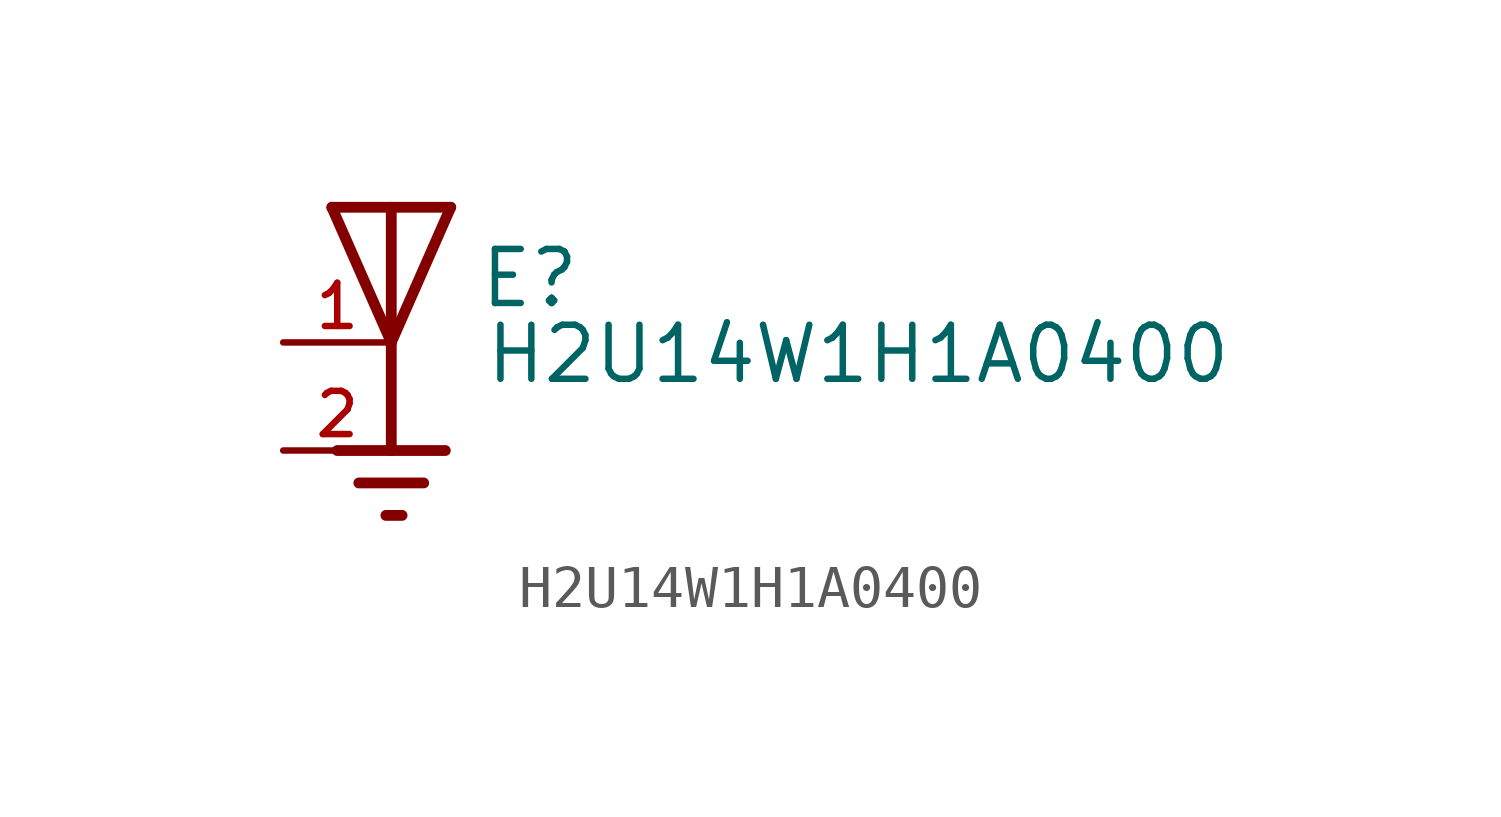
<source format=kicad_sym>
(kicad_symbol_lib
  (version 20211014)
  (generator kicad_symbol_editor)
  (symbol "H2U14W1H1A0400"
    (pin_names
      (offset 1.016))
    (property "Reference" "E"
      (at 2.034 0.763 0)
      (effects (font (size 1.27 1.27)) (justify bottom left)))
    (property "Value" "H2U14W1H1A0400"
      (at 2.163 -1.018 0)
      (effects (font (size 1.27 1.27)) (justify bottom left)))
    (symbol "H2U14W1H1A0400_0_0"
      (polyline (pts (xy -1.397 3.175) (xy 0.0 3.175)) (stroke (width 0.254)))
      (polyline (pts (xy 0.0 3.175) (xy 1.397 3.175)) (stroke (width 0.254)))
      (polyline (pts (xy 1.397 3.175) (xy 0.0 0.0)) (stroke (width 0.254)))
      (polyline (pts (xy 0.0 0.0) (xy -1.397 3.175)) (stroke (width 0.254)))
      (polyline (pts (xy 0.0 3.175) (xy 0.0 0.0)) (stroke (width 0.254)))
      (polyline (pts (xy 0.0 0.0) (xy 0.0 -2.54)) (stroke (width 0.254)))
      (polyline (pts (xy 0.0 -2.54) (xy -1.27 -2.54)) (stroke (width 0.254)))
      (polyline (pts (xy 0.0 -2.54) (xy 1.27 -2.54)) (stroke (width 0.254)))
      (polyline (pts (xy -0.762 -3.302) (xy 0.762 -3.302)) (stroke (width 0.254)))
      (polyline (pts (xy -0.127 -4.064) (xy 0.254 -4.064)) (stroke (width 0.254)))
      (pin passive line (at -2.54 0.0 0) (length 2.54) (name "~" (effects (font (size 1.016 1.016)))) (number "1" (effects (font (size 1.016 1.016)))))
      (pin power_in line (at -2.54 -2.54 0) (length 2.54) (name "~" (effects (font (size 1.016 1.016)))) (number "2" (effects (font (size 1.016 1.016))))))))
</source>
